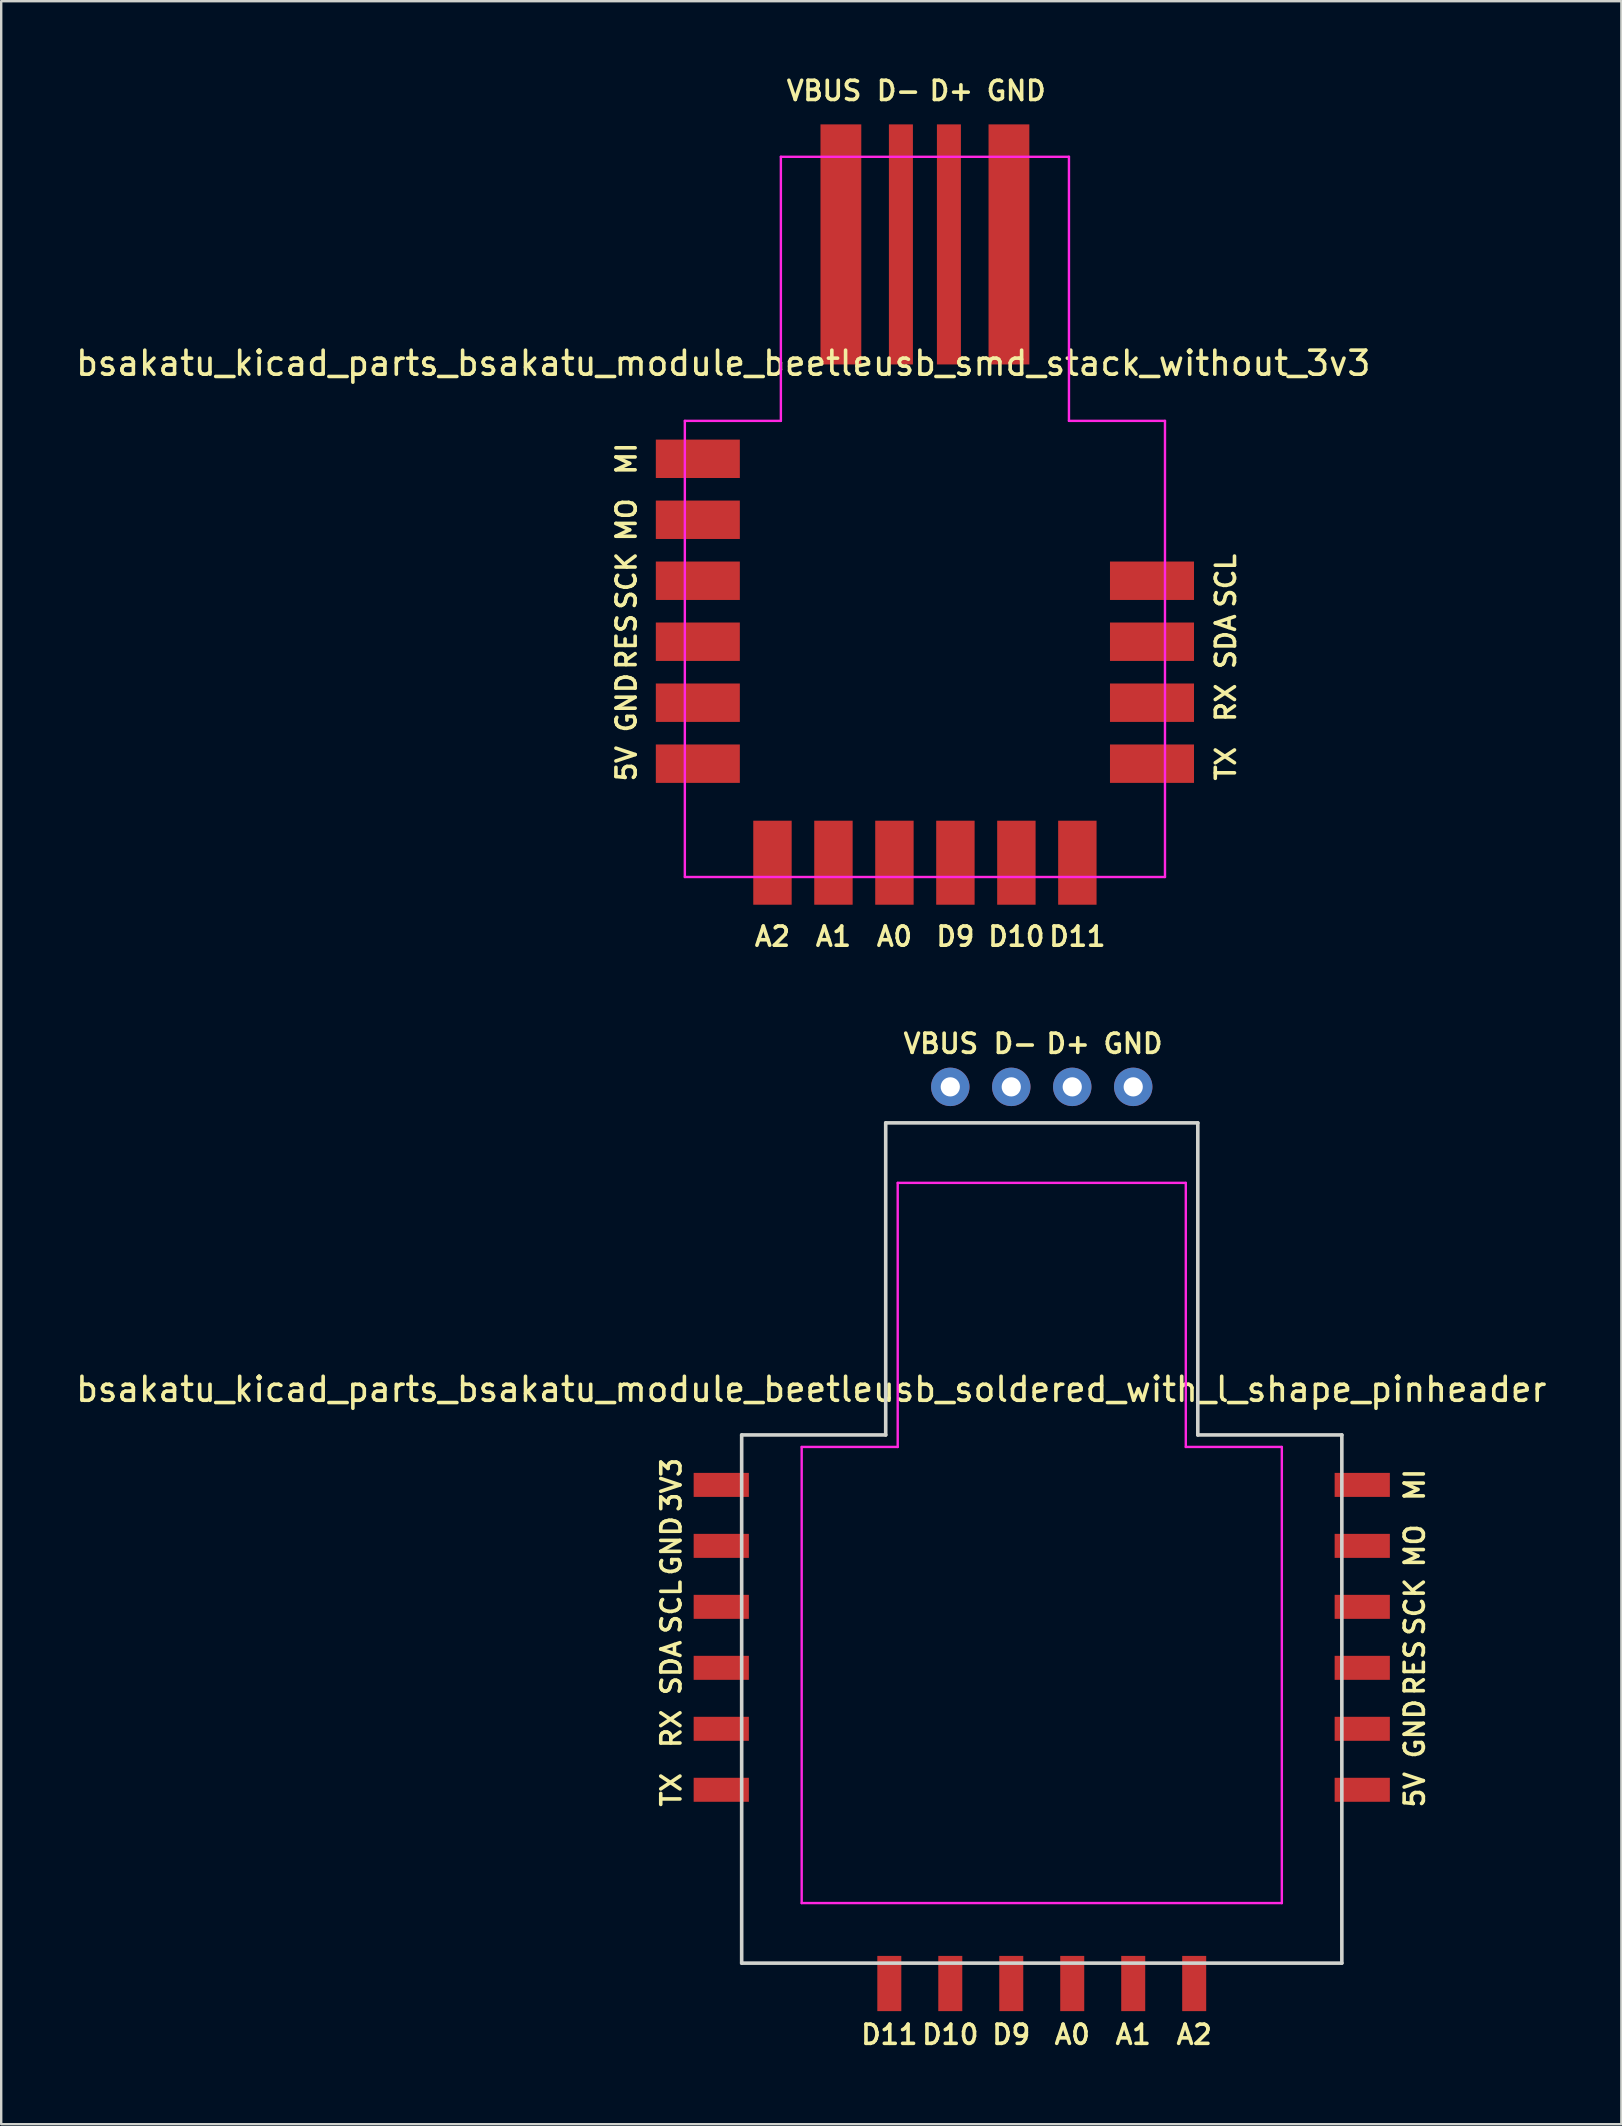
<source format=kicad_pcb>
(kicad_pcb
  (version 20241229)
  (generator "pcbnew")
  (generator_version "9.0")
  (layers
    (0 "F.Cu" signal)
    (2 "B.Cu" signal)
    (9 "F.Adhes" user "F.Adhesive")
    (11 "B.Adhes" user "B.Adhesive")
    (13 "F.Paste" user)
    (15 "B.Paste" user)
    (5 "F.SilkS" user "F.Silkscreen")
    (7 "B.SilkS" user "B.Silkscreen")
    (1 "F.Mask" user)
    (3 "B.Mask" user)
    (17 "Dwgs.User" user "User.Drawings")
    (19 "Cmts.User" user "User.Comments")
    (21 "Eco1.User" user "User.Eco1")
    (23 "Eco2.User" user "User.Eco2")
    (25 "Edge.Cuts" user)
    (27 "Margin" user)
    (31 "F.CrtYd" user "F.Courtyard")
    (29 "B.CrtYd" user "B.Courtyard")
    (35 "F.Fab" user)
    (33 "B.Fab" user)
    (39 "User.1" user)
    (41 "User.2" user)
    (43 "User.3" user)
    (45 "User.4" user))
  (footprint "bsakatu_kicad_parts_bsakatu_module_beetleusb_soldered_with_l_shape_pinheader"
    (layer "F.Cu")
    (at 40.344 66.423)
    (property "Reference" "bsakatu_kicad_parts_bsakatu_module_beetleusb_soldered_with_l_shape_pinheader" (at -9.6 -11.6 0) (layer "F.SilkS") (effects (font (size 1 1) (thickness 0.15))))
    (attr smd)
    (fp_line (start -12.5 -9.7) (end -6.5 -9.7) (stroke (width 0.15) (type solid)) (layer "Edge.Cuts"))
    (fp_line (start -12.5 12.3) (end -12.5 -9.7) (stroke (width 0.15) (type solid)) (layer "Edge.Cuts"))
    (fp_line (start -6.5 -22.7) (end 6.5 -22.7) (stroke (width 0.15) (type solid)) (layer "Edge.Cuts"))
    (fp_line (start -6.5 -9.7) (end -6.5 -22.7) (stroke (width 0.15) (type solid)) (layer "Edge.Cuts"))
    (fp_line (start 6.5 -22.7) (end 6.5 -9.7) (stroke (width 0.15) (type solid)) (layer "Edge.Cuts"))
    (fp_line (start 6.5 -9.7) (end 12.5 -9.7) (stroke (width 0.15) (type solid)) (layer "Edge.Cuts"))
    (fp_line (start 12.5 12.3) (end -12.5 12.3) (stroke (width 0.15) (type solid)) (layer "Edge.Cuts"))
    (fp_line (start 12.5 12.3) (end 12.5 -9.7) (stroke (width 0.15) (type solid)) (layer "Edge.Cuts"))
    (fp_line (start -10 -9.2) (end -10 9.8) (stroke (width 0.1) (type solid)) (layer "F.CrtYd"))
    (fp_line (start -10 -9.2) (end -6 -9.2) (stroke (width 0.1) (type solid)) (layer "F.CrtYd"))
    (fp_line (start -10 9.8) (end 10 9.8) (stroke (width 0.1) (type solid)) (layer "F.CrtYd"))
    (fp_line (start -6 -20.2) (end 6 -20.2) (stroke (width 0.1) (type solid)) (layer "F.CrtYd"))
    (fp_line (start -6 -9.2) (end -6 -20.2) (stroke (width 0.1) (type solid)) (layer "F.CrtYd"))
    (fp_line (start 6 -20.2) (end 6 -9.2) (stroke (width 0.1) (type solid)) (layer "F.CrtYd"))
    (fp_line (start 6 -9.2) (end 10 -9.2) (stroke (width 0.1) (type solid)) (layer "F.CrtYd"))
    (fp_line (start 10 -9.2) (end 10 9.8) (stroke (width 0.1) (type solid)) (layer "F.CrtYd"))
    (fp_text user "SDA" (at -15.433 0 90) (layer "F.SilkS") (effects (font (size 0.8 0.8) (thickness 0.15))))
    (fp_text user "A0" (at 1.27 15.279 0) (layer "F.SilkS") (effects (font (size 0.8 0.8) (thickness 0.15))))
    (fp_text user "GND" (at 3.8 -26 0) (layer "F.SilkS") (effects (font (size 0.8 0.8) (thickness 0.15))))
    (fp_text user "MO" (at 15.533 -5.08 90) (layer "F.SilkS") (effects (font (size 0.8 0.8) (thickness 0.15))))
    (fp_text user "D+" (at 1.1 -26 0) (layer "F.SilkS") (effects (font (size 0.8 0.8) (thickness 0.15))))
    (fp_text user "5V" (at 15.533 5.08 90) (layer "F.SilkS") (effects (font (size 0.8 0.8) (thickness 0.15))))
    (fp_text user "SCK" (at 15.533 -2.54 90) (layer "F.SilkS") (effects (font (size 0.8 0.8) (thickness 0.15))))
    (fp_text user "GND" (at 15.533 2.54 90) (layer "F.SilkS") (effects (font (size 0.8 0.8) (thickness 0.15))))
    (fp_text user "D10" (at -3.81 15.279 0) (layer "F.SilkS") (effects (font (size 0.8 0.8) (thickness 0.15))))
    (fp_text user "D-" (at -1.1 -26 0) (layer "F.SilkS") (effects (font (size 0.8 0.8) (thickness 0.15))))
    (fp_text user "3V3" (at -15.433 -7.62 90) (layer "F.SilkS") (effects (font (size 0.8 0.8) (thickness 0.15))))
    (fp_text user "TX" (at -15.433 5.08 90) (layer "F.SilkS") (effects (font (size 0.8 0.8) (thickness 0.15))))
    (fp_text user "MI" (at 15.533 -7.62 90) (layer "F.SilkS") (effects (font (size 0.8 0.8) (thickness 0.15))))
    (fp_text user "A2" (at 6.35 15.279 0) (layer "F.SilkS") (effects (font (size 0.8 0.8) (thickness 0.15))))
    (fp_text user "GND" (at -15.433 -5.08 90) (layer "F.SilkS") (effects (font (size 0.8 0.8) (thickness 0.15))))
    (fp_text user "A1" (at 3.81 15.279 0) (layer "F.SilkS") (effects (font (size 0.8 0.8) (thickness 0.15))))
    (fp_text user "D11" (at -6.35 15.279 0) (layer "F.SilkS") (effects (font (size 0.8 0.8) (thickness 0.15))))
    (fp_text user "VBUS" (at -4.2 -26 0) (layer "F.SilkS") (effects (font (size 0.8 0.8) (thickness 0.15))))
    (fp_text user "RX" (at -15.433 2.54 90) (layer "F.SilkS") (effects (font (size 0.8 0.8) (thickness 0.15))))
    (fp_text user "SCL" (at -15.433 -2.54 90) (layer "F.SilkS") (effects (font (size 0.8 0.8) (thickness 0.15))))
    (fp_text user "RES" (at 15.533 0 90) (layer "F.SilkS") (effects (font (size 0.8 0.8) (thickness 0.15))))
    (fp_text user "D9" (at -1.27 15.279 0) (layer "F.SilkS") (effects (font (size 0.8 0.8) (thickness 0.15))))
    (pad "1" smd rect (at -13.35 -7.62) (size 2.3 1) (layers "F.Cu" "F.Mask" "F.Paste"))
    (pad "2" smd rect (at -13.35 -5.08) (size 2.3 1) (layers "F.Cu" "F.Mask" "F.Paste"))
    (pad "3" smd rect (at -13.35 -2.54) (size 2.3 1) (layers "F.Cu" "F.Mask" "F.Paste"))
    (pad "4" smd rect (at -13.35 0) (size 2.3 1) (layers "F.Cu" "F.Mask" "F.Paste"))
    (pad "5" smd rect (at -13.35 2.54) (size 2.3 1) (layers "F.Cu" "F.Mask" "F.Paste"))
    (pad "6" smd rect (at -13.35 5.08) (size 2.3 1) (layers "F.Cu" "F.Mask" "F.Paste"))
    (pad "7" smd rect (at -6.35 13.15) (size 1 2.3) (layers "F.Cu" "F.Mask" "F.Paste"))
    (pad "8" smd rect (at -3.81 13.15) (size 1 2.3) (layers "F.Cu" "F.Mask" "F.Paste"))
    (pad "9" smd rect (at -1.27 13.15) (size 1 2.3) (layers "F.Cu" "F.Mask" "F.Paste"))
    (pad "10" smd rect (at 1.27 13.15) (size 1 2.3) (layers "F.Cu" "F.Mask" "F.Paste"))
    (pad "11" smd rect (at 3.81 13.15) (size 1 2.3) (layers "F.Cu" "F.Mask" "F.Paste"))
    (pad "12" smd rect (at 6.35 13.15) (size 1 2.3) (layers "F.Cu" "F.Mask" "F.Paste"))
    (pad "13" smd rect (at 13.35 5.08) (size 2.3 1) (layers "F.Cu" "F.Mask" "F.Paste"))
    (pad "14" smd rect (at 13.35 2.54) (size 2.3 1) (layers "F.Cu" "F.Mask" "F.Paste"))
    (pad "15" smd rect (at 13.35 0) (size 2.3 1) (layers "F.Cu" "F.Mask" "F.Paste"))
    (pad "16" smd rect (at 13.35 -2.54) (size 2.3 1) (layers "F.Cu" "F.Mask" "F.Paste"))
    (pad "17" smd rect (at 13.35 -5.08) (size 2.3 1) (layers "F.Cu" "F.Mask" "F.Paste"))
    (pad "18" smd rect (at 13.35 -7.62) (size 2.3 1) (layers "F.Cu" "F.Mask" "F.Paste"))
    (pad "19" thru_hole circle (at 3.81 -24.2) (size 1.6 1.6) (drill 0.8) (layers "*.Cu" "*.Mask"))
    (pad "20" thru_hole circle (at 1.27 -24.2) (size 1.6 1.6) (drill 0.8) (layers "*.Cu" "*.Mask"))
    (pad "21" thru_hole circle (at -1.27 -24.2) (size 1.6 1.6) (drill 0.8) (layers "*.Cu" "*.Mask"))
    (pad "22" thru_hole circle (at -3.81 -24.2) (size 1.6 1.6) (drill 0.8) (layers "*.Cu" "*.Mask")))
  (footprint "bsakatu_kicad_parts_bsakatu_module_beetleusb_smd_stack_without_3v3"
    (layer "F.Cu")
    (at 35.477 23.681)
    (property "Reference" "bsakatu_kicad_parts_bsakatu_module_beetleusb_smd_stack_without_3v3" (at -8.4 -11.6 0) (layer "F.SilkS") (effects (font (size 1 1) (thickness 0.15))))
    (attr smd)
    (fp_line (start -7 -10.7) (end 7 -10.7) (stroke (width 0.12) (type solid)) (layer "Eco2.User"))
    (fp_line (start -7 6.755) (end -7 -10.7) (stroke (width 0.12) (type solid)) (layer "Eco2.User"))
    (fp_line (start -7 6.755) (end 7 6.755) (stroke (width 0.12) (type solid)) (layer "Eco2.User"))
    (fp_line (start 7 -10.7) (end 7 -8.5) (stroke (width 0.12) (type solid)) (layer "Eco2.User"))
    (fp_line (start 7 -8.5) (end 8.75 -8.5) (stroke (width 0.12) (type solid)) (layer "Eco2.User"))
    (fp_line (start 7 -4) (end 8.75 -4) (stroke (width 0.12) (type solid)) (layer "Eco2.User"))
    (fp_line (start 7 6.755) (end 7 -4) (stroke (width 0.12) (type solid)) (layer "Eco2.User"))
    (fp_line (start 8.75 -4) (end 8.75 -8.5) (stroke (width 0.12) (type solid)) (layer "Eco2.User"))
    (fp_line (start -10 -9.2) (end -10 9.8) (stroke (width 0.1) (type solid)) (layer "F.CrtYd"))
    (fp_line (start -10 -9.2) (end -6 -9.2) (stroke (width 0.1) (type solid)) (layer "F.CrtYd"))
    (fp_line (start -10 9.8) (end 10 9.8) (stroke (width 0.1) (type solid)) (layer "F.CrtYd"))
    (fp_line (start -6 -20.2) (end 6 -20.2) (stroke (width 0.1) (type solid)) (layer "F.CrtYd"))
    (fp_line (start -6 -9.2) (end -6 -20.2) (stroke (width 0.1) (type solid)) (layer "F.CrtYd"))
    (fp_line (start 6 -20.2) (end 6 -9.2) (stroke (width 0.1) (type solid)) (layer "F.CrtYd"))
    (fp_line (start 6 -9.2) (end 10 -9.2) (stroke (width 0.1) (type solid)) (layer "F.CrtYd"))
    (fp_line (start 10 -9.2) (end 10 9.8) (stroke (width 0.1) (type solid)) (layer "F.CrtYd"))
    (fp_text user "D-" (at -1.1 -22.95 0) (layer "F.SilkS") (effects (font (size 0.8 0.8) (thickness 0.15))))
    (fp_text user "RX" (at 12.533 2.54 90) (layer "F.SilkS") (effects (font (size 0.8 0.8) (thickness 0.15))))
    (fp_text user "VBUS" (at -4.2 -22.95 0) (layer "F.SilkS") (effects (font (size 0.8 0.8) (thickness 0.15))))
    (fp_text user "D11" (at 6.35 12.279 0) (layer "F.SilkS") (effects (font (size 0.8 0.8) (thickness 0.15))))
    (fp_text user "SCK" (at -12.433 -2.54 90) (layer "F.SilkS") (effects (font (size 0.8 0.8) (thickness 0.15))))
    (fp_text user "D10" (at 3.81 12.279 0) (layer "F.SilkS") (effects (font (size 0.8 0.8) (thickness 0.15))))
    (fp_text user "SCL" (at 12.533 -2.54 90) (layer "F.SilkS") (effects (font (size 0.8 0.8) (thickness 0.15))))
    (fp_text user "SDA" (at 12.533 0 90) (layer "F.SilkS") (effects (font (size 0.8 0.8) (thickness 0.15))))
    (fp_text user "A0" (at -1.27 12.279 0) (layer "F.SilkS") (effects (font (size 0.8 0.8) (thickness 0.15))))
    (fp_text user "RES" (at -12.433 0 90) (layer "F.SilkS") (effects (font (size 0.8 0.8) (thickness 0.15))))
    (fp_text user "MO" (at -12.433 -5.08 90) (layer "F.SilkS") (effects (font (size 0.8 0.8) (thickness 0.15))))
    (fp_text user "A1" (at -3.81 12.279 0) (layer "F.SilkS") (effects (font (size 0.8 0.8) (thickness 0.15))))
    (fp_text user "MI" (at -12.433 -7.62 90) (layer "F.SilkS") (effects (font (size 0.8 0.8) (thickness 0.15))))
    (fp_text user "5V" (at -12.433 5.08 90) (layer "F.SilkS") (effects (font (size 0.8 0.8) (thickness 0.15))))
    (fp_text user "A2" (at -6.35 12.279 0) (layer "F.SilkS") (effects (font (size 0.8 0.8) (thickness 0.15))))
    (fp_text user "TX" (at 12.533 5.08 90) (layer "F.SilkS") (effects (font (size 0.8 0.8) (thickness 0.15))))
    (fp_text user "GND" (at -12.433 2.54 90) (layer "F.SilkS") (effects (font (size 0.8 0.8) (thickness 0.15))))
    (fp_text user "GND" (at 3.8 -22.95 0) (layer "F.SilkS") (effects (font (size 0.8 0.8) (thickness 0.15))))
    (fp_text user "D9" (at 1.27 12.279 0) (layer "F.SilkS") (effects (font (size 0.8 0.8) (thickness 0.15))))
    (fp_text user "D+" (at 1.1 -22.95 0) (layer "F.SilkS") (effects (font (size 0.8 0.8) (thickness 0.15))))
    (pad "3" smd rect (at 9.459 -2.54) (size 3.5 1.6) (layers "F.Cu" "F.Mask" "F.Paste"))
    (pad "4" smd rect (at 9.459 0) (size 3.5 1.6) (layers "F.Cu" "F.Mask" "F.Paste"))
    (pad "5" smd rect (at 9.459 2.54) (size 3.5 1.6) (layers "F.Cu" "F.Mask" "F.Paste"))
    (pad "6" smd rect (at 9.459 5.08) (size 3.5 1.6) (layers "F.Cu" "F.Mask" "F.Paste"))
    (pad "7" smd rect (at 6.35 9.205) (size 1.6 3.5) (layers "F.Cu" "F.Mask" "F.Paste"))
    (pad "8" smd rect (at 3.81 9.205) (size 1.6 3.5) (layers "F.Cu" "F.Mask" "F.Paste"))
    (pad "9" smd rect (at 1.27 9.205) (size 1.6 3.5) (layers "F.Cu" "F.Mask" "F.Paste"))
    (pad "10" smd rect (at -1.27 9.205) (size 1.6 3.5) (layers "F.Cu" "F.Mask" "F.Paste"))
    (pad "11" smd rect (at -3.81 9.205) (size 1.6 3.5) (layers "F.Cu" "F.Mask" "F.Paste"))
    (pad "12" smd rect (at -6.35 9.205) (size 1.6 3.5) (layers "F.Cu" "F.Mask" "F.Paste"))
    (pad "13" smd rect (at -9.459 5.08) (size 3.5 1.6) (layers "F.Cu" "F.Mask" "F.Paste"))
    (pad "14" smd rect (at -9.459 2.54) (size 3.5 1.6) (layers "F.Cu" "F.Mask" "F.Paste"))
    (pad "15" smd rect (at -9.459 0) (size 3.5 1.6) (layers "F.Cu" "F.Mask" "F.Paste"))
    (pad "16" smd rect (at -9.459 -2.54) (size 3.5 1.6) (layers "F.Cu" "F.Mask" "F.Paste"))
    (pad "17" smd rect (at -9.459 -5.08) (size 3.5 1.6) (layers "F.Cu" "F.Mask" "F.Paste"))
    (pad "18" smd rect (at -9.459 -7.62) (size 3.5 1.6) (layers "F.Cu" "F.Mask" "F.Paste"))
    (pad "19" smd rect (at -3.5 -16.55) (size 1.7 10) (layers "F.Cu" "F.Mask" "F.Paste"))
    (pad "20" smd rect (at -1 -16.55) (size 1 10) (layers "F.Cu" "F.Mask" "F.Paste"))
    (pad "21" smd rect (at 1 -16.55) (size 1 10) (layers "F.Cu" "F.Mask" "F.Paste"))
    (pad "22" smd rect (at 3.5 -16.55) (size 1.7 10) (layers "F.Cu" "F.Mask" "F.Paste")))
  (gr_rect
    (start -3 -3)
    (end 64.488 85.433)
    (stroke (width 0.1) (type default))
    (fill no)
    (layer "Edge.Cuts")))
</source>
